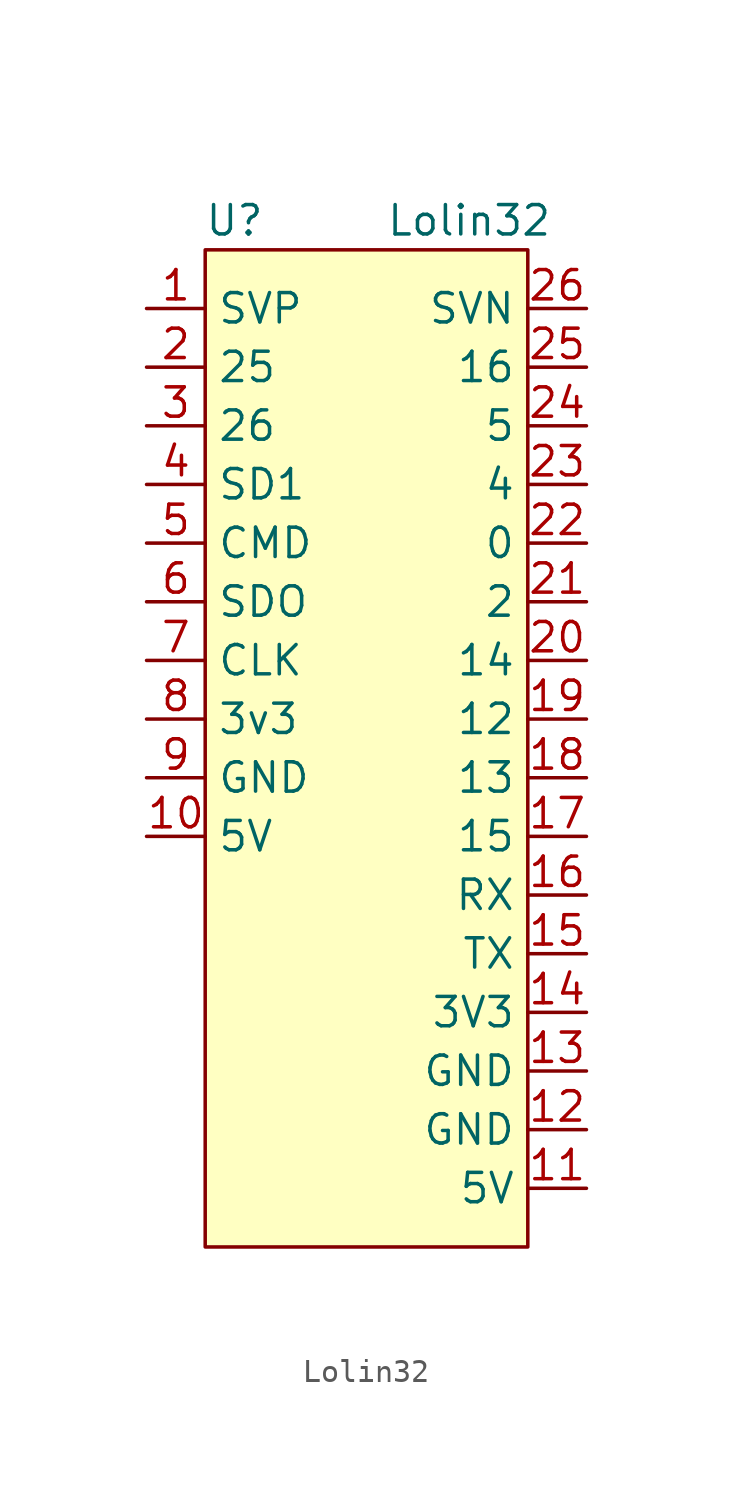
<source format=kicad_sym>
(kicad_symbol_lib
  (version 20211014)
  (generator kicad_symbol_editor)
  (symbol "Lolin32"
    (property "Reference" "U"
      (at 1.27 1.27 0)
      (effects (font (size 1.27 1.27))))
    (property "Value" "Lolin32"
      (at 11.43 1.27 0)
      (effects (font (size 1.27 1.27))))
    (symbol "Lolin32_0_1"
      (rectangle (start 0 0) (end 13.97 -43.18) (stroke (width 0) (type default) (color 0 0 0 0)) (fill (type background))))
    (symbol "Lolin32_1_1"
      (pin bidirectional line (at -2.54 -2.54 0) (length 2.54) (name "SVP" (effects (font (size 1.27 1.27)))) (number "1" (effects (font (size 1.27 1.27)))))
      (pin power_in line (at -2.54 -25.4 0) (length 2.54) (name "5V" (effects (font (size 1.27 1.27)))) (number "10" (effects (font (size 1.27 1.27)))))
      (pin power_in line (at 16.51 -40.64 180) (length 2.54) (name "5V" (effects (font (size 1.27 1.27)))) (number "11" (effects (font (size 1.27 1.27)))))
      (pin power_in line (at 16.51 -38.1 180) (length 2.54) (name "GND" (effects (font (size 1.27 1.27)))) (number "12" (effects (font (size 1.27 1.27)))))
      (pin power_in line (at 16.51 -35.56 180) (length 2.54) (name "GND" (effects (font (size 1.27 1.27)))) (number "13" (effects (font (size 1.27 1.27)))))
      (pin power_in line (at 16.51 -33.02 180) (length 2.54) (name "3V3" (effects (font (size 1.27 1.27)))) (number "14" (effects (font (size 1.27 1.27)))))
      (pin bidirectional line (at 16.51 -30.48 180) (length 2.54) (name "TX" (effects (font (size 1.27 1.27)))) (number "15" (effects (font (size 1.27 1.27)))))
      (pin bidirectional line (at 16.51 -27.94 180) (length 2.54) (name "RX" (effects (font (size 1.27 1.27)))) (number "16" (effects (font (size 1.27 1.27)))))
      (pin bidirectional line (at 16.51 -25.4 180) (length 2.54) (name "15" (effects (font (size 1.27 1.27)))) (number "17" (effects (font (size 1.27 1.27)))))
      (pin bidirectional line (at 16.51 -22.86 180) (length 2.54) (name "13" (effects (font (size 1.27 1.27)))) (number "18" (effects (font (size 1.27 1.27)))))
      (pin bidirectional line (at 16.51 -20.32 180) (length 2.54) (name "12" (effects (font (size 1.27 1.27)))) (number "19" (effects (font (size 1.27 1.27)))))
      (pin bidirectional line (at -2.54 -5.08 0) (length 2.54) (name "25" (effects (font (size 1.27 1.27)))) (number "2" (effects (font (size 1.27 1.27)))))
      (pin bidirectional line (at 16.51 -17.78 180) (length 2.54) (name "14" (effects (font (size 1.27 1.27)))) (number "20" (effects (font (size 1.27 1.27)))))
      (pin bidirectional line (at 16.51 -15.24 180) (length 2.54) (name "2" (effects (font (size 1.27 1.27)))) (number "21" (effects (font (size 1.27 1.27)))))
      (pin bidirectional line (at 16.51 -12.7 180) (length 2.54) (name "0" (effects (font (size 1.27 1.27)))) (number "22" (effects (font (size 1.27 1.27)))))
      (pin bidirectional line (at 16.51 -10.16 180) (length 2.54) (name "4" (effects (font (size 1.27 1.27)))) (number "23" (effects (font (size 1.27 1.27)))))
      (pin bidirectional line (at 16.51 -7.62 180) (length 2.54) (name "5" (effects (font (size 1.27 1.27)))) (number "24" (effects (font (size 1.27 1.27)))))
      (pin bidirectional line (at 16.51 -5.08 180) (length 2.54) (name "16" (effects (font (size 1.27 1.27)))) (number "25" (effects (font (size 1.27 1.27)))))
      (pin bidirectional line (at 16.51 -2.54 180) (length 2.54) (name "SVN" (effects (font (size 1.27 1.27)))) (number "26" (effects (font (size 1.27 1.27)))))
      (pin bidirectional line (at -2.54 -7.62 0) (length 2.54) (name "26" (effects (font (size 1.27 1.27)))) (number "3" (effects (font (size 1.27 1.27)))))
      (pin bidirectional line (at -2.54 -10.16 0) (length 2.54) (name "SD1" (effects (font (size 1.27 1.27)))) (number "4" (effects (font (size 1.27 1.27)))))
      (pin bidirectional line (at -2.54 -12.7 0) (length 2.54) (name "CMD" (effects (font (size 1.27 1.27)))) (number "5" (effects (font (size 1.27 1.27)))))
      (pin bidirectional line (at -2.54 -15.24 0) (length 2.54) (name "SDO" (effects (font (size 1.27 1.27)))) (number "6" (effects (font (size 1.27 1.27)))))
      (pin bidirectional line (at -2.54 -17.78 0) (length 2.54) (name "CLK" (effects (font (size 1.27 1.27)))) (number "7" (effects (font (size 1.27 1.27)))))
      (pin power_in line (at -2.54 -20.32 0) (length 2.54) (name "3v3" (effects (font (size 1.27 1.27)))) (number "8" (effects (font (size 1.27 1.27)))))
      (pin power_in line (at -2.54 -22.86 0) (length 2.54) (name "GND" (effects (font (size 1.27 1.27)))) (number "9" (effects (font (size 1.27 1.27))))))))
</source>
